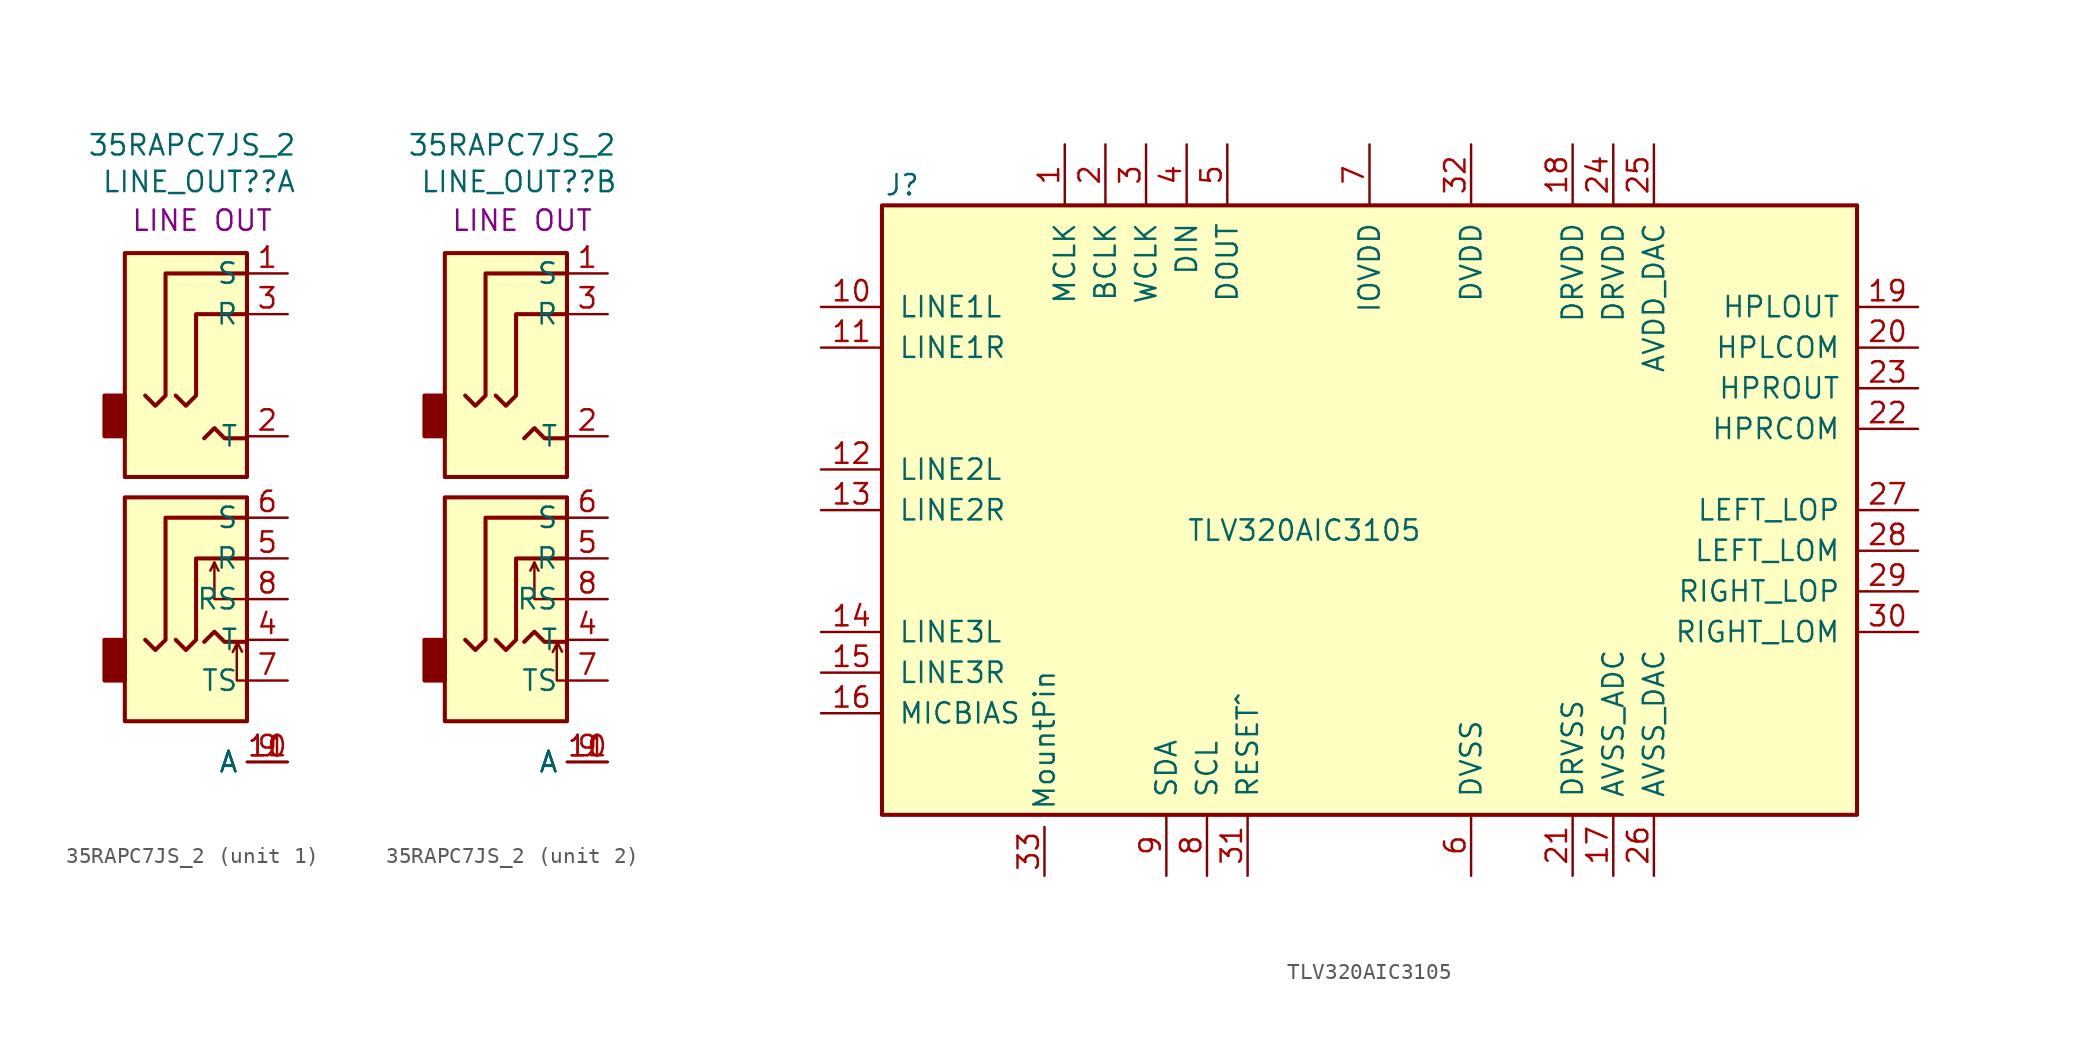
<source format=kicad_sym>
(kicad_symbol_lib
  (version 20211014)
  (generator kicad_symbol_editor)
  (symbol "35RAPC7JS_2"
    (property "Reference" "LINE_OUT?"
      (at -0.457 8.255 0)
      (effects (font (size 1.27 1.27))))
    (property "Value" "35RAPC7JS_2"
      (at -0.889 10.541 0)
      (effects (font (size 1.27 1.27))))
    (property "Label" "LINE OUT"
      (at -0.254 5.842 0)
      (effects (font (size 1.27 1.27))))
    (symbol "35RAPC7JS_2_0_1"
      (rectangle (start -5.08 -20.32) (end -6.35 -22.86) (stroke (width 0.254) (type default) (color 0 0 0 0)) (fill (type outline)))
      (rectangle (start -5.08 -5.08) (end -6.35 -7.62) (stroke (width 0.254) (type default) (color 0 0 0 0)) (fill (type outline)))
      (polyline (pts (xy 0.508 -15.494) (xy 0.762 -16.002)) (stroke (width 0) (type default) (color 0 0 0 0)) (fill (type none)))
      (polyline (pts (xy 2.23 -21.061) (xy 1.976 -20.553)) (stroke (width 0) (type default) (color 0 0 0 0)) (fill (type none)))
      (polyline (pts (xy 2.413 -20.447) (xy 1.143 -20.447) (xy 0.508 -19.812) (xy -0.127 -20.447)) (stroke (width 0.254) (type default) (color 0 0 0 0)) (fill (type none)))
      (polyline (pts (xy 2.413 -7.747) (xy 1.143 -7.747) (xy 0.508 -7.112) (xy -0.127 -7.747)) (stroke (width 0.254) (type default) (color 0 0 0 0)) (fill (type none)))
      (polyline (pts (xy 2.54 -22.86) (xy 1.905 -22.86) (xy 1.905 -20.574) (xy 1.651 -21.082)) (stroke (width 0) (type default) (color 0 0 0 0)) (fill (type none)))
      (polyline (pts (xy 2.54 -17.78) (xy 0.508 -17.78) (xy 0.508 -15.494) (xy 0.254 -16.002)) (stroke (width 0) (type default) (color 0 0 0 0)) (fill (type none)))
      (polyline (pts (xy -1.905 -20.32) (xy -1.27 -20.955) (xy -0.635 -20.32) (xy -0.635 -15.24) (xy 2.54 -15.24)) (stroke (width 0.254) (type default) (color 0 0 0 0)) (fill (type none)))
      (polyline (pts (xy -1.905 -5.08) (xy -1.27 -5.715) (xy -0.635 -5.08) (xy -0.635 0) (xy 2.54 0)) (stroke (width 0.254) (type default) (color 0 0 0 0)) (fill (type none)))
      (polyline (pts (xy 2.54 -12.7) (xy -2.54 -12.7) (xy -2.54 -20.32) (xy -3.175 -20.955) (xy -3.81 -20.32)) (stroke (width 0.254) (type default) (color 0 0 0 0)) (fill (type none)))
      (polyline (pts (xy 2.54 2.54) (xy -2.54 2.54) (xy -2.54 -5.08) (xy -3.175 -5.715) (xy -3.81 -5.08)) (stroke (width 0.254) (type default) (color 0 0 0 0)) (fill (type none)))
      (rectangle (start 2.54 -11.43) (end -5.08 -25.4) (stroke (width 0.254) (type default) (color 0 0 0 0)) (fill (type background)))
      (rectangle (start 2.54 3.81) (end -5.08 -10.16) (stroke (width 0.254) (type default) (color 0 0 0 0)) (fill (type background))))
    (symbol "35RAPC7JS_2_1_1"
      (pin passive line (at 5.08 2.54 180) (length 2.54) (name "S" (effects (font (size 1.27 1.27)))) (number "1" (effects (font (size 1.27 1.27)))))
      (pin passive line (at 5.08 -27.94 180) (length 2.54) (name "A" (effects (font (size 1.27 1.27)))) (number "10" (effects (font (size 1.27 1.27)))))
      (pin passive line (at 5.08 -27.94 180) (length 2.54) (name "A" (effects (font (size 1.27 1.27)))) (number "11" (effects (font (size 1.27 1.27)))))
      (pin passive line (at 5.08 -7.62 180) (length 2.54) (name "T" (effects (font (size 1.27 1.27)))) (number "2" (effects (font (size 1.27 1.27)))))
      (pin passive line (at 5.08 0 180) (length 2.54) (name "R" (effects (font (size 1.27 1.27)))) (number "3" (effects (font (size 1.27 1.27)))))
      (pin passive line (at 5.08 -20.32 180) (length 2.54) (name "T" (effects (font (size 1.27 1.27)))) (number "4" (effects (font (size 1.27 1.27)))))
      (pin passive line (at 5.08 -15.24 180) (length 2.54) (name "R" (effects (font (size 1.27 1.27)))) (number "5" (effects (font (size 1.27 1.27)))))
      (pin passive line (at 5.08 -12.7 180) (length 2.54) (name "S" (effects (font (size 1.27 1.27)))) (number "6" (effects (font (size 1.27 1.27)))))
      (pin passive line (at 5.08 -22.86 180) (length 2.54) (name "TS" (effects (font (size 1.27 1.27)))) (number "7" (effects (font (size 1.27 1.27)))))
      (pin passive line (at 5.08 -17.78 180) (length 2.54) (name "RS" (effects (font (size 1.27 1.27)))) (number "8" (effects (font (size 1.27 1.27)))))
      (pin passive line (at 5.08 -27.94 180) (length 2.54) (name "A" (effects (font (size 1.27 1.27)))) (number "9" (effects (font (size 1.27 1.27))))))
    (symbol "35RAPC7JS_2_2_1"
      (pin passive line (at 5.08 2.54 180) (length 2.54) (name "S" (effects (font (size 1.27 1.27)))) (number "1" (effects (font (size 1.27 1.27)))))
      (pin passive line (at 5.08 -27.94 180) (length 2.54) (name "A" (effects (font (size 1.27 1.27)))) (number "10" (effects (font (size 1.27 1.27)))))
      (pin passive line (at 5.08 -27.94 180) (length 2.54) (name "A" (effects (font (size 1.27 1.27)))) (number "11" (effects (font (size 1.27 1.27)))))
      (pin passive line (at 5.08 -7.62 180) (length 2.54) (name "T" (effects (font (size 1.27 1.27)))) (number "2" (effects (font (size 1.27 1.27)))))
      (pin passive line (at 5.08 0 180) (length 2.54) (name "R" (effects (font (size 1.27 1.27)))) (number "3" (effects (font (size 1.27 1.27)))))
      (pin passive line (at 5.08 -20.32 180) (length 2.54) (name "T" (effects (font (size 1.27 1.27)))) (number "4" (effects (font (size 1.27 1.27)))))
      (pin passive line (at 5.08 -15.24 180) (length 2.54) (name "R" (effects (font (size 1.27 1.27)))) (number "5" (effects (font (size 1.27 1.27)))))
      (pin passive line (at 5.08 -12.7 180) (length 2.54) (name "S" (effects (font (size 1.27 1.27)))) (number "6" (effects (font (size 1.27 1.27)))))
      (pin passive line (at 5.08 -22.86 180) (length 2.54) (name "TS" (effects (font (size 1.27 1.27)))) (number "7" (effects (font (size 1.27 1.27)))))
      (pin passive line (at 5.08 -17.78 180) (length 2.54) (name "RS" (effects (font (size 1.27 1.27)))) (number "8" (effects (font (size 1.27 1.27)))))
      (pin passive line (at 5.08 -27.94 180) (length 2.54) (name "A" (effects (font (size 1.27 1.27)))) (number "9" (effects (font (size 1.27 1.27)))))))
  (symbol "TLV320AIC3105"
    (pin_names
      (offset 1.016))
    (property "Reference" "J"
      (at -25.4 21.59 0)
      (effects (font (size 1.27 1.27))))
    (property "Value" "TLV320AIC3105"
      (at -7.62 0 0)
      (effects (font (size 1.27 1.27)) (justify left)))
    (symbol "TLV320AIC3105_1_1"
      (rectangle (start -26.67 20.32) (end 34.29 -17.78) (stroke (width 0.254) (type default) (color 0 0 0 0)) (fill (type background)))
      (pin passive line (at -15.24 24.13 270) (length 3.81) (name "MCLK" (effects (font (size 1.27 1.27)))) (number "1" (effects (font (size 1.27 1.27)))))
      (pin input line (at -30.48 13.97 0) (length 3.81) (name "LINE1L" (effects (font (size 1.27 1.27)))) (number "10" (effects (font (size 1.27 1.27)))))
      (pin input line (at -30.48 11.43 0) (length 3.81) (name "LINE1R" (effects (font (size 1.27 1.27)))) (number "11" (effects (font (size 1.27 1.27)))))
      (pin input line (at -30.48 3.81 0) (length 3.81) (name "LINE2L" (effects (font (size 1.27 1.27)))) (number "12" (effects (font (size 1.27 1.27)))))
      (pin input line (at -30.48 1.27 0) (length 3.81) (name "LINE2R" (effects (font (size 1.27 1.27)))) (number "13" (effects (font (size 1.27 1.27)))))
      (pin input line (at -30.48 -6.35 0) (length 3.81) (name "LINE3L" (effects (font (size 1.27 1.27)))) (number "14" (effects (font (size 1.27 1.27)))))
      (pin input line (at -30.48 -8.89 0) (length 3.81) (name "LINE3R" (effects (font (size 1.27 1.27)))) (number "15" (effects (font (size 1.27 1.27)))))
      (pin power_out line (at -30.48 -11.43 0) (length 3.81) (name "MICBIAS" (effects (font (size 1.27 1.27)))) (number "16" (effects (font (size 1.27 1.27)))))
      (pin passive line (at 19.05 -21.59 90) (length 3.81) (name "AVSS_ADC" (effects (font (size 1.27 1.27)))) (number "17" (effects (font (size 1.27 1.27)))))
      (pin passive line (at 16.51 24.13 270) (length 3.81) (name "DRVDD" (effects (font (size 1.27 1.27)))) (number "18" (effects (font (size 1.27 1.27)))))
      (pin passive line (at 38.1 13.97 180) (length 3.81) (name "HPLOUT" (effects (font (size 1.27 1.27)))) (number "19" (effects (font (size 1.27 1.27)))))
      (pin passive line (at -12.7 24.13 270) (length 3.81) (name "BCLK" (effects (font (size 1.27 1.27)))) (number "2" (effects (font (size 1.27 1.27)))))
      (pin passive line (at 38.1 11.43 180) (length 3.81) (name "HPLCOM" (effects (font (size 1.27 1.27)))) (number "20" (effects (font (size 1.27 1.27)))))
      (pin passive line (at 16.51 -21.59 90) (length 3.81) (name "DRVSS" (effects (font (size 1.27 1.27)))) (number "21" (effects (font (size 1.27 1.27)))))
      (pin passive line (at 38.1 6.35 180) (length 3.81) (name "HPRCOM" (effects (font (size 1.27 1.27)))) (number "22" (effects (font (size 1.27 1.27)))))
      (pin passive line (at 38.1 8.89 180) (length 3.81) (name "HPROUT" (effects (font (size 1.27 1.27)))) (number "23" (effects (font (size 1.27 1.27)))))
      (pin passive line (at 19.05 24.13 270) (length 3.81) (name "DRVDD" (effects (font (size 1.27 1.27)))) (number "24" (effects (font (size 1.27 1.27)))))
      (pin passive line (at 21.59 24.13 270) (length 3.81) (name "AVDD_DAC" (effects (font (size 1.27 1.27)))) (number "25" (effects (font (size 1.27 1.27)))))
      (pin passive line (at 21.59 -21.59 90) (length 3.81) (name "AVSS_DAC" (effects (font (size 1.27 1.27)))) (number "26" (effects (font (size 1.27 1.27)))))
      (pin passive line (at 38.1 1.27 180) (length 3.81) (name "LEFT_LOP" (effects (font (size 1.27 1.27)))) (number "27" (effects (font (size 1.27 1.27)))))
      (pin passive line (at 38.1 -1.27 180) (length 3.81) (name "LEFT_LOM" (effects (font (size 1.27 1.27)))) (number "28" (effects (font (size 1.27 1.27)))))
      (pin passive line (at 38.1 -3.81 180) (length 3.81) (name "RIGHT_LOP" (effects (font (size 1.27 1.27)))) (number "29" (effects (font (size 1.27 1.27)))))
      (pin passive line (at -10.16 24.13 270) (length 3.81) (name "WCLK" (effects (font (size 1.27 1.27)))) (number "3" (effects (font (size 1.27 1.27)))))
      (pin passive line (at 38.1 -6.35 180) (length 3.81) (name "RIGHT_LOM" (effects (font (size 1.27 1.27)))) (number "30" (effects (font (size 1.27 1.27)))))
      (pin passive line (at -3.81 -21.59 90) (length 3.81) (name "RESET^" (effects (font (size 1.27 1.27)))) (number "31" (effects (font (size 1.27 1.27)))))
      (pin passive line (at 10.16 24.13 270) (length 3.81) (name "DVDD" (effects (font (size 1.27 1.27)))) (number "32" (effects (font (size 1.27 1.27)))))
      (pin passive line (at -16.51 -21.59 90) (length 3.048) (name "MountPin" (effects (font (size 1.27 1.27)))) (number "33" (effects (font (size 1.27 1.27)))))
      (pin passive line (at -7.62 24.13 270) (length 3.81) (name "DIN" (effects (font (size 1.27 1.27)))) (number "4" (effects (font (size 1.27 1.27)))))
      (pin passive line (at -5.08 24.13 270) (length 3.81) (name "DOUT" (effects (font (size 1.27 1.27)))) (number "5" (effects (font (size 1.27 1.27)))))
      (pin passive line (at 10.16 -21.59 90) (length 3.81) (name "DVSS" (effects (font (size 1.27 1.27)))) (number "6" (effects (font (size 1.27 1.27)))))
      (pin passive line (at 3.81 24.13 270) (length 3.81) (name "IOVDD" (effects (font (size 1.27 1.27)))) (number "7" (effects (font (size 1.27 1.27)))))
      (pin passive line (at -6.35 -21.59 90) (length 3.81) (name "SCL" (effects (font (size 1.27 1.27)))) (number "8" (effects (font (size 1.27 1.27)))))
      (pin passive line (at -8.89 -21.59 90) (length 3.81) (name "SDA" (effects (font (size 1.27 1.27)))) (number "9" (effects (font (size 1.27 1.27))))))))
</source>
